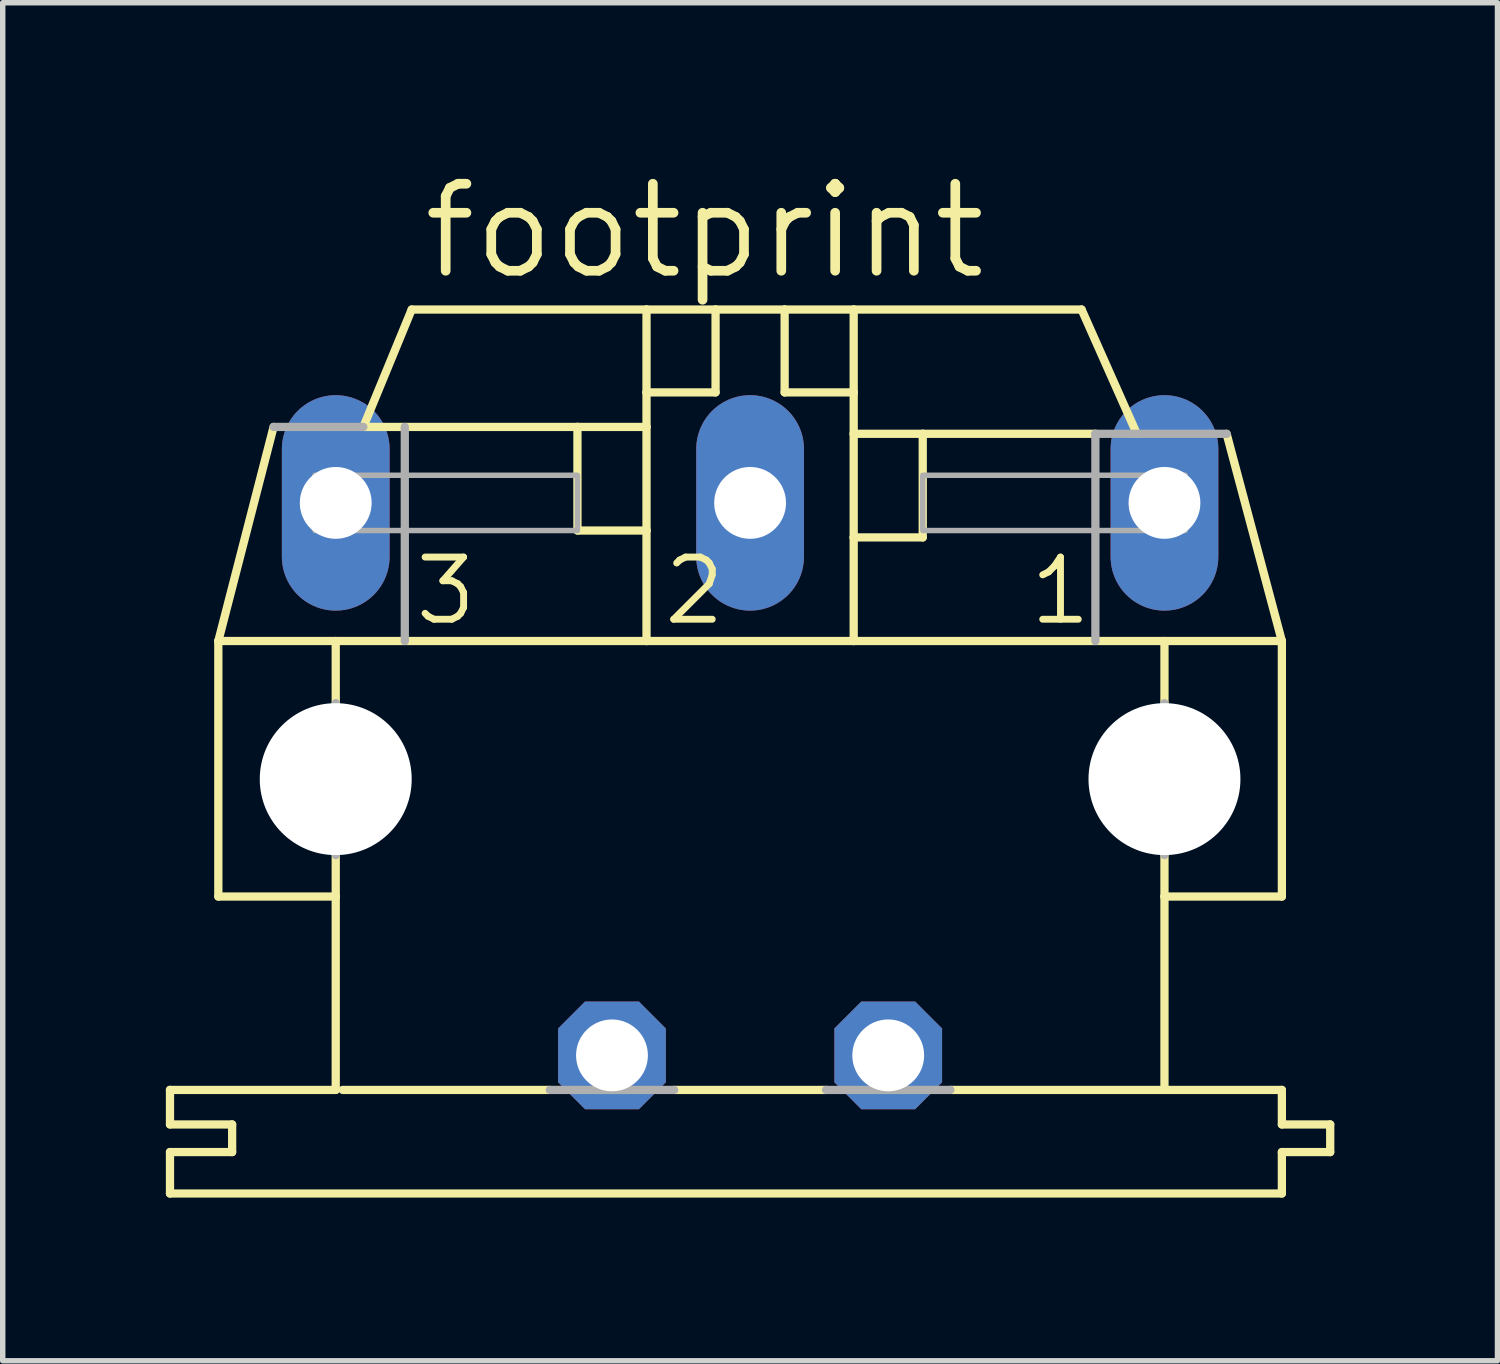
<source format=kicad_pcb>
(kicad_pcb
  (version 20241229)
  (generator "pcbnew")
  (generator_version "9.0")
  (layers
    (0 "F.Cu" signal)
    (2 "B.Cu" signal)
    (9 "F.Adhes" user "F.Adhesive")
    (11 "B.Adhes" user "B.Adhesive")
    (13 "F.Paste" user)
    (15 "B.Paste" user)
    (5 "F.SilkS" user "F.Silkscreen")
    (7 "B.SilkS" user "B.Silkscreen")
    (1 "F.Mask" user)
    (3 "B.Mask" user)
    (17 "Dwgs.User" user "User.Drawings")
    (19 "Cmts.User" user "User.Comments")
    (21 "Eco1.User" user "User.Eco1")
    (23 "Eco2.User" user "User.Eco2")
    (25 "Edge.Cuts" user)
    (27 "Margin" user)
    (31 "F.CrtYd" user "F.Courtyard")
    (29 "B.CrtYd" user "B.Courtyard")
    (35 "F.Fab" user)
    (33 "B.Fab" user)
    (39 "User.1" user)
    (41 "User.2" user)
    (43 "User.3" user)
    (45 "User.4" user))
  (footprint "footprint"
    (layer "F.Cu")
    (at 10.744 11.278)
    (property "Reference" "footprint" (at -6.096 -9.144 0) (layer "F.SilkS") (effects (font (size 1.6 1.6) (thickness 0.178)) (justify left bottom)))
    (fp_line (start -10.668 6.35) (end -10.668 5.715) (stroke (width 0.152) (type solid)) (layer "F.SilkS"))
    (fp_line (start -10.668 6.35) (end -9.525 6.35) (stroke (width 0.152) (type solid)) (layer "F.SilkS"))
    (fp_line (start -10.668 7.62) (end -10.668 6.858) (stroke (width 0.152) (type solid)) (layer "F.SilkS"))
    (fp_line (start -10.668 7.62) (end 9.779 7.62) (stroke (width 0.152) (type solid)) (layer "F.SilkS"))
    (fp_line (start -9.779 2.159) (end -9.779 -2.54) (stroke (width 0.152) (type solid)) (layer "F.SilkS"))
    (fp_line (start -9.779 2.159) (end -7.62 2.159) (stroke (width 0.152) (type solid)) (layer "F.SilkS"))
    (fp_line (start -9.525 6.858) (end -10.668 6.858) (stroke (width 0.152) (type solid)) (layer "F.SilkS"))
    (fp_line (start -9.525 6.858) (end -9.525 6.35) (stroke (width 0.152) (type solid)) (layer "F.SilkS"))
    (fp_line (start -8.763 -6.477) (end -9.779 -2.54) (stroke (width 0.152) (type solid)) (layer "F.SilkS"))
    (fp_line (start -7.62 -2.54) (end -9.779 -2.54) (stroke (width 0.152) (type solid)) (layer "F.SilkS"))
    (fp_line (start -7.62 -2.54) (end -7.62 -1.397) (stroke (width 0.152) (type solid)) (layer "F.SilkS"))
    (fp_line (start -7.62 2.159) (end -7.62 1.397) (stroke (width 0.152) (type solid)) (layer "F.SilkS"))
    (fp_line (start -7.62 5.715) (end -10.668 5.715) (stroke (width 0.152) (type solid)) (layer "F.SilkS"))
    (fp_line (start -7.62 5.715) (end -7.62 2.159) (stroke (width 0.152) (type solid)) (layer "F.SilkS"))
    (fp_line (start -7.493 5.715) (end -3.683 5.715) (stroke (width 0.152) (type solid)) (layer "F.SilkS"))
    (fp_line (start -7.112 -6.477) (end -6.223 -8.636) (stroke (width 0.152) (type solid)) (layer "F.SilkS"))
    (fp_line (start -3.175 -6.477) (end -7.112 -6.477) (stroke (width 0.152) (type solid)) (layer "F.SilkS"))
    (fp_line (start -3.175 -6.477) (end -3.175 -4.572) (stroke (width 0.152) (type solid)) (layer "F.SilkS"))
    (fp_line (start -1.905 -8.636) (end -6.223 -8.636) (stroke (width 0.152) (type solid)) (layer "F.SilkS"))
    (fp_line (start -1.905 -8.636) (end -1.905 -7.112) (stroke (width 0.152) (type solid)) (layer "F.SilkS"))
    (fp_line (start -1.905 -7.112) (end -1.905 -6.477) (stroke (width 0.152) (type solid)) (layer "F.SilkS"))
    (fp_line (start -1.905 -7.112) (end -0.635 -7.112) (stroke (width 0.152) (type solid)) (layer "F.SilkS"))
    (fp_line (start -1.905 -6.477) (end -3.175 -6.477) (stroke (width 0.152) (type solid)) (layer "F.SilkS"))
    (fp_line (start -1.905 -6.477) (end -1.905 -4.572) (stroke (width 0.152) (type solid)) (layer "F.SilkS"))
    (fp_line (start -1.905 -4.572) (end -3.175 -4.572) (stroke (width 0.152) (type solid)) (layer "F.SilkS"))
    (fp_line (start -1.905 -4.572) (end -1.905 -2.54) (stroke (width 0.152) (type solid)) (layer "F.SilkS"))
    (fp_line (start -1.905 -2.54) (end -7.62 -2.54) (stroke (width 0.152) (type solid)) (layer "F.SilkS"))
    (fp_line (start -1.397 5.715) (end 1.397 5.715) (stroke (width 0.152) (type solid)) (layer "F.SilkS"))
    (fp_line (start -0.635 -8.636) (end -1.905 -8.636) (stroke (width 0.152) (type solid)) (layer "F.SilkS"))
    (fp_line (start -0.635 -8.636) (end -0.635 -7.112) (stroke (width 0.152) (type solid)) (layer "F.SilkS"))
    (fp_line (start 0.635 -8.636) (end -0.635 -8.636) (stroke (width 0.152) (type solid)) (layer "F.SilkS"))
    (fp_line (start 0.635 -8.636) (end 0.635 -7.112) (stroke (width 0.152) (type solid)) (layer "F.SilkS"))
    (fp_line (start 1.905 -8.636) (end 0.635 -8.636) (stroke (width 0.152) (type solid)) (layer "F.SilkS"))
    (fp_line (start 1.905 -8.636) (end 1.905 -7.112) (stroke (width 0.152) (type solid)) (layer "F.SilkS"))
    (fp_line (start 1.905 -7.112) (end 0.635 -7.112) (stroke (width 0.152) (type solid)) (layer "F.SilkS"))
    (fp_line (start 1.905 -7.112) (end 1.905 -6.35) (stroke (width 0.152) (type solid)) (layer "F.SilkS"))
    (fp_line (start 1.905 -6.35) (end 1.905 -4.445) (stroke (width 0.152) (type solid)) (layer "F.SilkS"))
    (fp_line (start 1.905 -4.445) (end 1.905 -2.54) (stroke (width 0.152) (type solid)) (layer "F.SilkS"))
    (fp_line (start 1.905 -4.445) (end 3.175 -4.445) (stroke (width 0.152) (type solid)) (layer "F.SilkS"))
    (fp_line (start 1.905 -2.54) (end -1.905 -2.54) (stroke (width 0.152) (type solid)) (layer "F.SilkS"))
    (fp_line (start 3.175 -6.35) (end 1.905 -6.35) (stroke (width 0.152) (type solid)) (layer "F.SilkS"))
    (fp_line (start 3.175 -6.35) (end 3.175 -4.445) (stroke (width 0.152) (type solid)) (layer "F.SilkS"))
    (fp_line (start 3.683 5.715) (end 7.62 5.715) (stroke (width 0.152) (type solid)) (layer "F.SilkS"))
    (fp_line (start 6.096 -8.636) (end 1.905 -8.636) (stroke (width 0.152) (type solid)) (layer "F.SilkS"))
    (fp_line (start 6.096 -8.636) (end 7.112 -6.35) (stroke (width 0.152) (type solid)) (layer "F.SilkS"))
    (fp_line (start 6.35 -6.35) (end 3.175 -6.35) (stroke (width 0.152) (type solid)) (layer "F.SilkS"))
    (fp_line (start 7.62 -2.54) (end 1.905 -2.54) (stroke (width 0.152) (type solid)) (layer "F.SilkS"))
    (fp_line (start 7.62 -2.54) (end 7.62 -1.397) (stroke (width 0.152) (type solid)) (layer "F.SilkS"))
    (fp_line (start 7.62 2.159) (end 7.62 1.397) (stroke (width 0.152) (type solid)) (layer "F.SilkS"))
    (fp_line (start 7.62 5.715) (end 7.62 2.159) (stroke (width 0.152) (type solid)) (layer "F.SilkS"))
    (fp_line (start 8.763 -6.35) (end 9.779 -2.54) (stroke (width 0.152) (type solid)) (layer "F.SilkS"))
    (fp_line (start 9.779 -2.54) (end 7.62 -2.54) (stroke (width 0.152) (type solid)) (layer "F.SilkS"))
    (fp_line (start 9.779 2.159) (end 7.62 2.159) (stroke (width 0.152) (type solid)) (layer "F.SilkS"))
    (fp_line (start 9.779 2.159) (end 9.779 -2.54) (stroke (width 0.152) (type solid)) (layer "F.SilkS"))
    (fp_line (start 9.779 5.715) (end 7.62 5.715) (stroke (width 0.152) (type solid)) (layer "F.SilkS"))
    (fp_line (start 9.779 5.715) (end 9.779 6.35) (stroke (width 0.152) (type solid)) (layer "F.SilkS"))
    (fp_line (start 9.779 7.62) (end 9.779 6.858) (stroke (width 0.152) (type solid)) (layer "F.SilkS"))
    (fp_line (start 10.668 6.35) (end 9.779 6.35) (stroke (width 0.152) (type solid)) (layer "F.SilkS"))
    (fp_line (start 10.668 6.858) (end 9.779 6.858) (stroke (width 0.152) (type solid)) (layer "F.SilkS"))
    (fp_line (start 10.668 6.858) (end 10.668 6.35) (stroke (width 0.152) (type solid)) (layer "F.SilkS"))
    (fp_line (start -8.763 -6.477) (end -7.112 -6.477) (stroke (width 0.152) (type solid)) (layer "F.Fab"))
    (fp_line (start -7.62 -1.397) (end -7.62 1.397) (stroke (width 0.152) (type solid)) (layer "F.Fab"))
    (fp_line (start -6.35 -6.477) (end -6.35 -2.54) (stroke (width 0.152) (type solid)) (layer "F.Fab"))
    (fp_line (start -1.397 5.715) (end -3.683 5.715) (stroke (width 0.152) (type solid)) (layer "F.Fab"))
    (fp_line (start 3.683 5.715) (end 1.397 5.715) (stroke (width 0.152) (type solid)) (layer "F.Fab"))
    (fp_line (start 6.35 -6.35) (end 6.35 -2.54) (stroke (width 0.152) (type solid)) (layer "F.Fab"))
    (fp_line (start 7.62 -1.397) (end 7.62 1.397) (stroke (width 0.152) (type solid)) (layer "F.Fab"))
    (fp_line (start 8.763 -6.35) (end 6.35 -6.35) (stroke (width 0.152) (type solid)) (layer "F.Fab"))
    (fp_poly (pts (xy -8.001 -4.572) (xy -3.175 -4.572) (xy -3.175 -5.588) (xy -8.001 -5.588)) (stroke (width 0.1) (type solid)) (fill no) (layer "F.Fab"))
    (fp_poly (pts (xy 3.175 -4.572) (xy 8.001 -4.572) (xy 8.001 -5.588) (xy 3.175 -5.588)) (stroke (width 0.1) (type solid)) (fill no) (layer "F.Fab"))
    (fp_text user "3" (at -6.223 -2.794 0) (layer "F.SilkS") (effects (font (size 1.143 1.143) (thickness 0.127)) (justify left bottom)))
    (fp_text user "1" (at 5.08 -2.794 0) (layer "F.SilkS") (effects (font (size 1.143 1.143) (thickness 0.127)) (justify left bottom)))
    (fp_text user "2" (at -1.651 -2.794 0) (layer "F.SilkS") (effects (font (size 1.143 1.143) (thickness 0.127)) (justify left bottom)))
    (pad "" np_thru_hole circle (at -7.62 0) (size 2.794 2.794) (drill 2.794) (layers "*.Cu" "*.Mask"))
    (pad "" np_thru_hole circle (at 7.62 0) (size 2.794 2.794) (drill 2.794) (layers "*.Cu" "*.Mask"))
    (pad "1" thru_hole oval (at 7.62 -5.08 90) (size 3.962 1.981) (drill 1.321) (layers "*.Cu" "*.Mask"))
    (pad "2" thru_hole oval (at 0 -5.08 90) (size 3.962 1.981) (drill 1.321) (layers "*.Cu" "*.Mask"))
    (pad "3" thru_hole oval (at -7.62 -5.08 90) (size 3.962 1.981) (drill 1.321) (layers "*.Cu" "*.Mask"))
    (pad "PE" thru_hole roundrect (at -2.54 5.08) (size 1.981 1.981) (drill 1.321) (layers "*.Cu" "*.Mask") (roundrect_rratio 0.25) (chamfer_ratio 0.25) (chamfer top_left top_right bottom_left bottom_right))
    (pad "PE@" thru_hole roundrect (at 2.54 5.08) (size 1.981 1.981) (drill 1.321) (layers "*.Cu" "*.Mask") (roundrect_rratio 0.25) (chamfer_ratio 0.25) (chamfer top_left top_right bottom_left bottom_right)))
  (gr_rect
    (start -3 -3)
    (end 24.488 21.974)
    (stroke (width 0.1) (type default))
    (fill no)
    (layer "Edge.Cuts")))
</source>
